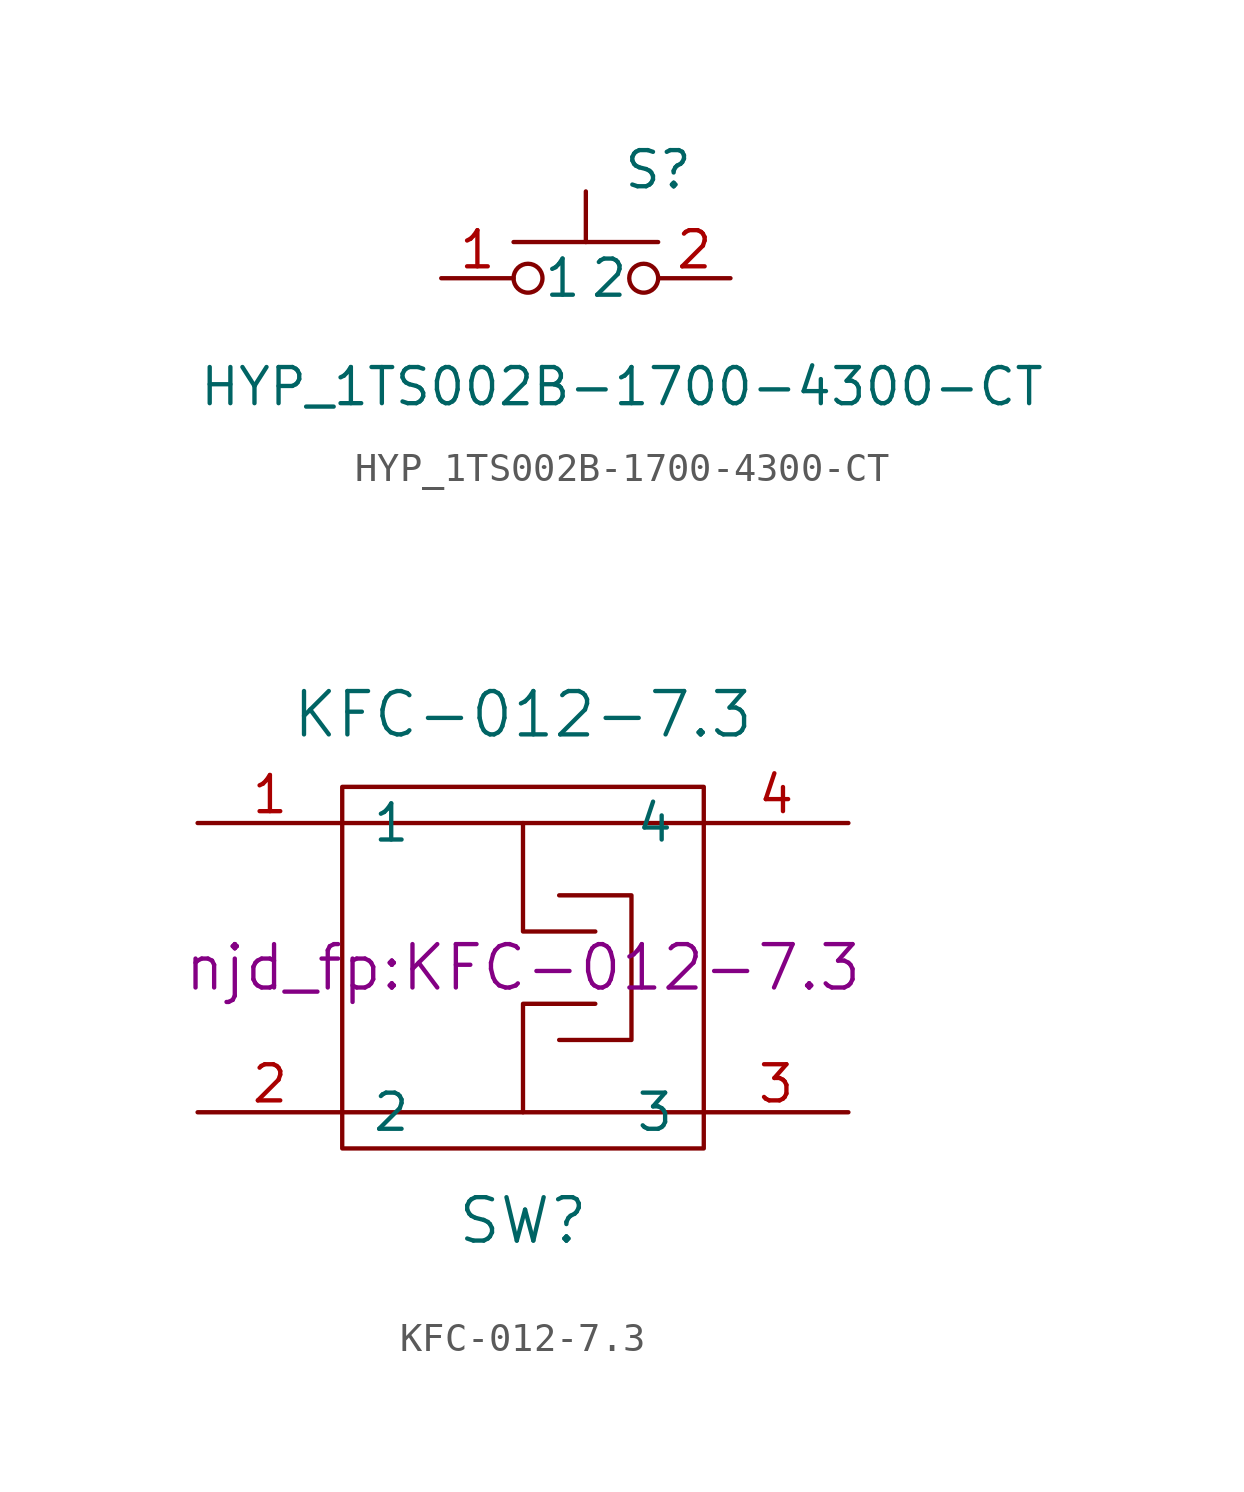
<source format=kicad_sym>
(kicad_symbol_lib
  (version 20231120)
  (generator "kicad_symbol_editor")
  (generator_version "8.0")
  (symbol "HYP_1TS002B-1700-4300-CT"
    (pin_names
      (offset 1.016))
    (property "Reference" "S"
      (at 2.54 2.54 0)
      (effects (font (size 1.27 1.27))))
    (property "Value" "HYP_1TS002B-1700-4300-CT"
      (at 1.27 -5.08 0)
      (effects (font (size 1.27 1.27))))
    (symbol "HYP_1TS002B-1700-4300-CT_1_1"
      (circle (center -2.032 -1.27) (radius 0.508) (stroke (width 0) (type solid)) (fill (type none)))
      (polyline (pts (xy 0 0) (xy 0 1.778)) (stroke (width 0) (type solid)) (fill (type none)))
      (polyline (pts (xy 2.54 0) (xy -2.54 0)) (stroke (width 0) (type solid)) (fill (type none)))
      (circle (center 2.032 -1.27) (radius 0.508) (stroke (width 0) (type solid)) (fill (type none)))
      (pin passive line (at -5.08 -1.27 0) (length 2.54) (name "1" (effects (font (size 1.27 1.27)))) (number "1" (effects (font (size 1.27 1.27)))))
      (pin passive line (at 5.08 -1.27 180) (length 2.54) (name "2" (effects (font (size 1.27 1.27)))) (number "2" (effects (font (size 1.27 1.27)))))))
  (symbol "KFC-012-7.3"
    (pin_names
      (offset 1.016))
    (property "Reference" "SW"
      (at 0 -8.89 0)
      (effects (font (size 1.524 1.524))))
    (property "Value" "KFC-012-7.3"
      (at 0 8.89 0)
      (effects (font (size 1.524 1.524))))
    (property "Footprint" "njd_fp:KFC-012-7.3"
      (at 0 0 0)
      (effects (font (size 1.524 1.524))))
    (property "Datasheet" ""
      (at 0 0 0)
      (effects (font (size 1.524 1.524))))
    (symbol "KFC-012-7.3_0_1"
      (rectangle (start -6.35 6.35) (end 6.35 -6.35) (stroke (width 0) (type solid)) (fill (type none)))
      (polyline (pts (xy -6.35 -5.08) (xy 6.35 -5.08)) (stroke (width 0) (type solid)) (fill (type none)))
      (polyline (pts (xy -6.35 5.08) (xy 6.35 5.08)) (stroke (width 0) (type solid)) (fill (type none)))
      (polyline (pts (xy 0 -5.08) (xy 0 -1.27) (xy 2.54 -1.27)) (stroke (width 0) (type solid)) (fill (type none)))
      (polyline (pts (xy 0 5.08) (xy 0 1.27) (xy 2.54 1.27)) (stroke (width 0) (type solid)) (fill (type none)))
      (polyline (pts (xy 1.27 2.54) (xy 3.81 2.54) (xy 3.81 -2.54) (xy 1.27 -2.54)) (stroke (width 0) (type solid)) (fill (type none))))
    (symbol "KFC-012-7.3_1_1"
      (pin bidirectional line (at -11.43 5.08 0) (length 5.08) (name "1" (effects (font (size 1.27 1.27)))) (number "1" (effects (font (size 1.27 1.27)))))
      (pin bidirectional line (at -11.43 -5.08 0) (length 5.08) (name "2" (effects (font (size 1.27 1.27)))) (number "2" (effects (font (size 1.27 1.27)))))
      (pin bidirectional line (at 11.43 -5.08 180) (length 5.08) (name "3" (effects (font (size 1.27 1.27)))) (number "3" (effects (font (size 1.27 1.27)))))
      (pin bidirectional line (at 11.43 5.08 180) (length 5.08) (name "4" (effects (font (size 1.27 1.27)))) (number "4" (effects (font (size 1.27 1.27))))))))
</source>
